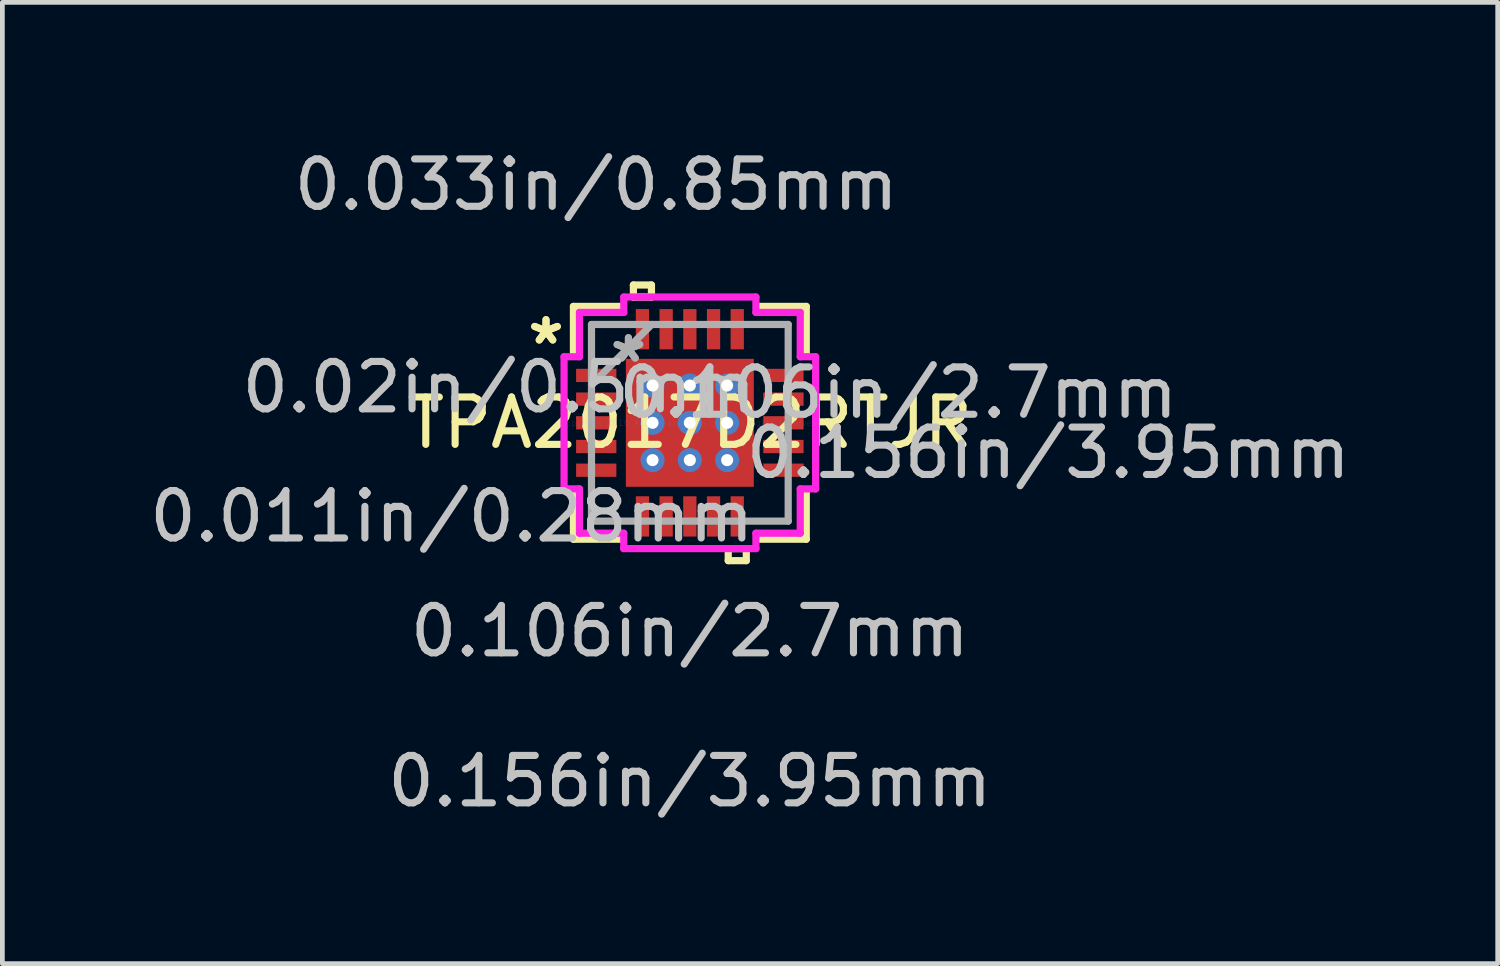
<source format=kicad_pcb>
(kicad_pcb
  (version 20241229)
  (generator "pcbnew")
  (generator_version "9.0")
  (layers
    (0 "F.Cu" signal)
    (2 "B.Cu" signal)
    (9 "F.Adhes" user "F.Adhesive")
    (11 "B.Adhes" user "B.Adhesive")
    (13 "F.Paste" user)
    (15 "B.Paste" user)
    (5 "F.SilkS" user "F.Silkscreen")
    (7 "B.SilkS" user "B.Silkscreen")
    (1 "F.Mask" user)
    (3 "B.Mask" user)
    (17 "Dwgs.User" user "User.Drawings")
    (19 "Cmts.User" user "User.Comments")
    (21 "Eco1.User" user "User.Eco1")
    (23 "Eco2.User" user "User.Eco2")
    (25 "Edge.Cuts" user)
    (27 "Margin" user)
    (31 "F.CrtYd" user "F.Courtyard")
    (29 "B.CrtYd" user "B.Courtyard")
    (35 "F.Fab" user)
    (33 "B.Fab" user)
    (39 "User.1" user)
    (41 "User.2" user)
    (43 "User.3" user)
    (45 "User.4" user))
  (footprint "TPA2017D2RTJR"
    (layer "F.Cu")
    (at 11.505 5.871)
    (property "Reference" "TPA2017D2RTJR" (at 0 0 0) (layer "F.SilkS") (effects (font (size 1 1) (thickness 0.15))))
    (attr through_hole)
    (fp_line (start -1.413 -1.413) (end -0.987 -1.413) (stroke (width 0.152) (type solid)) (layer "F.Mask"))
    (fp_line (start -1.413 -1.413) (end 1.413 -1.413) (stroke (width 0.152) (type solid)) (layer "F.Mask"))
    (fp_line (start -1.413 -0.987) (end -1.413 -1.413) (stroke (width 0.152) (type solid)) (layer "F.Mask"))
    (fp_line (start -1.413 -0.587) (end 1.413 -0.587) (stroke (width 0.152) (type solid)) (layer "F.Mask"))
    (fp_line (start -1.413 -0.2) (end -1.413 -0.587) (stroke (width 0.152) (type solid)) (layer "F.Mask"))
    (fp_line (start -1.413 0.2) (end 1.413 0.2) (stroke (width 0.152) (type solid)) (layer "F.Mask"))
    (fp_line (start -1.413 0.587) (end -1.413 0.2) (stroke (width 0.152) (type solid)) (layer "F.Mask"))
    (fp_line (start -1.413 0.987) (end 1.413 0.987) (stroke (width 0.152) (type solid)) (layer "F.Mask"))
    (fp_line (start -1.413 1.413) (end -1.413 -1.413) (stroke (width 0.152) (type solid)) (layer "F.Mask"))
    (fp_line (start -1.413 1.413) (end -1.413 0.987) (stroke (width 0.152) (type solid)) (layer "F.Mask"))
    (fp_line (start -0.987 -1.413) (end -0.987 1.413) (stroke (width 0.152) (type solid)) (layer "F.Mask"))
    (fp_line (start -0.987 1.413) (end -1.413 1.413) (stroke (width 0.152) (type solid)) (layer "F.Mask"))
    (fp_line (start -0.587 -1.413) (end -0.587 1.413) (stroke (width 0.152) (type solid)) (layer "F.Mask"))
    (fp_line (start -0.587 1.413) (end -0.2 1.413) (stroke (width 0.152) (type solid)) (layer "F.Mask"))
    (fp_line (start -0.2 -1.413) (end -0.587 -1.413) (stroke (width 0.152) (type solid)) (layer "F.Mask"))
    (fp_line (start -0.2 1.413) (end -0.2 -1.413) (stroke (width 0.152) (type solid)) (layer "F.Mask"))
    (fp_line (start 0.2 -1.413) (end 0.2 1.413) (stroke (width 0.152) (type solid)) (layer "F.Mask"))
    (fp_line (start 0.2 1.413) (end 0.587 1.413) (stroke (width 0.152) (type solid)) (layer "F.Mask"))
    (fp_line (start 0.587 -1.413) (end 0.2 -1.413) (stroke (width 0.152) (type solid)) (layer "F.Mask"))
    (fp_line (start 0.587 1.413) (end 0.587 -1.413) (stroke (width 0.152) (type solid)) (layer "F.Mask"))
    (fp_line (start 0.987 -1.413) (end 1.413 -1.413) (stroke (width 0.152) (type solid)) (layer "F.Mask"))
    (fp_line (start 0.987 1.413) (end 0.987 -1.413) (stroke (width 0.152) (type solid)) (layer "F.Mask"))
    (fp_line (start 1.413 -1.413) (end 1.413 -0.987) (stroke (width 0.152) (type solid)) (layer "F.Mask"))
    (fp_line (start 1.413 -1.413) (end 1.413 1.413) (stroke (width 0.152) (type solid)) (layer "F.Mask"))
    (fp_line (start 1.413 -0.987) (end -1.413 -0.987) (stroke (width 0.152) (type solid)) (layer "F.Mask"))
    (fp_line (start 1.413 -0.587) (end 1.413 -0.2) (stroke (width 0.152) (type solid)) (layer "F.Mask"))
    (fp_line (start 1.413 -0.2) (end -1.413 -0.2) (stroke (width 0.152) (type solid)) (layer "F.Mask"))
    (fp_line (start 1.413 0.2) (end 1.413 0.587) (stroke (width 0.152) (type solid)) (layer "F.Mask"))
    (fp_line (start 1.413 0.587) (end -1.413 0.587) (stroke (width 0.152) (type solid)) (layer "F.Mask"))
    (fp_line (start 1.413 0.987) (end 1.413 1.413) (stroke (width 0.152) (type solid)) (layer "F.Mask"))
    (fp_line (start 1.413 1.413) (end -1.413 1.413) (stroke (width 0.152) (type solid)) (layer "F.Mask"))
    (fp_line (start 1.413 1.413) (end 0.987 1.413) (stroke (width 0.152) (type solid)) (layer "F.Mask"))
    (fp_line (start -2.456 -2.456) (end -2.456 -1.468) (stroke (width 0.152) (type solid)) (layer "F.SilkS"))
    (fp_line (start -2.456 1.468) (end -2.456 2.456) (stroke (width 0.152) (type solid)) (layer "F.SilkS"))
    (fp_line (start -2.456 2.456) (end -1.468 2.456) (stroke (width 0.152) (type solid)) (layer "F.SilkS"))
    (fp_line (start -1.468 -2.456) (end -2.456 -2.456) (stroke (width 0.152) (type solid)) (layer "F.SilkS"))
    (fp_line (start -1.191 -2.908) (end -0.81 -2.908) (stroke (width 0.152) (type solid)) (layer "F.SilkS"))
    (fp_line (start -1.191 -2.654) (end -1.191 -2.908) (stroke (width 0.152) (type solid)) (layer "F.SilkS"))
    (fp_line (start -0.81 -2.908) (end -0.81 -2.654) (stroke (width 0.152) (type solid)) (layer "F.SilkS"))
    (fp_line (start -0.81 -2.654) (end -1.191 -2.654) (stroke (width 0.152) (type solid)) (layer "F.SilkS"))
    (fp_line (start 0.81 2.654) (end 0.81 2.908) (stroke (width 0.152) (type solid)) (layer "F.SilkS"))
    (fp_line (start 0.81 2.908) (end 1.191 2.908) (stroke (width 0.152) (type solid)) (layer "F.SilkS"))
    (fp_line (start 1.191 2.654) (end 0.81 2.654) (stroke (width 0.152) (type solid)) (layer "F.SilkS"))
    (fp_line (start 1.191 2.908) (end 1.191 2.654) (stroke (width 0.152) (type solid)) (layer "F.SilkS"))
    (fp_line (start 1.468 2.456) (end 2.456 2.456) (stroke (width 0.152) (type solid)) (layer "F.SilkS"))
    (fp_line (start 2.456 -2.456) (end 1.468 -2.456) (stroke (width 0.152) (type solid)) (layer "F.SilkS"))
    (fp_line (start 2.456 -1.468) (end 2.456 -2.456) (stroke (width 0.152) (type solid)) (layer "F.SilkS"))
    (fp_line (start 2.456 2.456) (end 2.456 1.468) (stroke (width 0.152) (type solid)) (layer "F.SilkS"))
    (fp_line (start -1.275 -1.275) (end -1.275 -0.887) (stroke (width 0.152) (type solid)) (layer "F.Paste"))
    (fp_line (start -1.275 -0.887) (end -1.029 -0.887) (stroke (width 0.152) (type solid)) (layer "F.Paste"))
    (fp_line (start -1.275 -0.687) (end -1.275 -0.1) (stroke (width 0.152) (type solid)) (layer "F.Paste"))
    (fp_line (start -1.275 -0.1) (end -1.029 -0.1) (stroke (width 0.152) (type solid)) (layer "F.Paste"))
    (fp_line (start -1.275 0.1) (end -1.275 0.687) (stroke (width 0.152) (type solid)) (layer "F.Paste"))
    (fp_line (start -1.275 0.687) (end -1.029 0.687) (stroke (width 0.152) (type solid)) (layer "F.Paste"))
    (fp_line (start -1.275 0.887) (end -1.275 1.275) (stroke (width 0.152) (type solid)) (layer "F.Paste"))
    (fp_line (start -1.275 1.275) (end -0.887 1.275) (stroke (width 0.152) (type solid)) (layer "F.Paste"))
    (fp_line (start -1.029 -0.887) (end -1.029 -0.887) (stroke (width 0.152) (type solid)) (layer "F.Paste"))
    (fp_line (start -1.029 -0.887) (end -0.887 -1.029) (stroke (width 0.152) (type solid)) (layer "F.Paste"))
    (fp_line (start -1.029 -0.687) (end -1.275 -0.687) (stroke (width 0.152) (type solid)) (layer "F.Paste"))
    (fp_line (start -1.029 -0.687) (end -1.029 -0.687) (stroke (width 0.152) (type solid)) (layer "F.Paste"))
    (fp_line (start -1.029 -0.1) (end -1.029 -0.1) (stroke (width 0.152) (type solid)) (layer "F.Paste"))
    (fp_line (start -1.029 -0.1) (end -0.887 -0.241) (stroke (width 0.152) (type solid)) (layer "F.Paste"))
    (fp_line (start -1.029 0.1) (end -1.275 0.1) (stroke (width 0.152) (type solid)) (layer "F.Paste"))
    (fp_line (start -1.029 0.1) (end -1.029 0.1) (stroke (width 0.152) (type solid)) (layer "F.Paste"))
    (fp_line (start -1.029 0.687) (end -1.029 0.687) (stroke (width 0.152) (type solid)) (layer "F.Paste"))
    (fp_line (start -1.029 0.687) (end -0.887 0.546) (stroke (width 0.152) (type solid)) (layer "F.Paste"))
    (fp_line (start -1.029 0.887) (end -1.275 0.887) (stroke (width 0.152) (type solid)) (layer "F.Paste"))
    (fp_line (start -1.029 0.887) (end -1.029 0.887) (stroke (width 0.152) (type solid)) (layer "F.Paste"))
    (fp_line (start -0.887 -1.275) (end -1.275 -1.275) (stroke (width 0.152) (type solid)) (layer "F.Paste"))
    (fp_line (start -0.887 -1.029) (end -0.887 -1.275) (stroke (width 0.152) (type solid)) (layer "F.Paste"))
    (fp_line (start -0.887 -1.029) (end -0.887 -1.029) (stroke (width 0.152) (type solid)) (layer "F.Paste"))
    (fp_line (start -0.887 -0.546) (end -1.029 -0.687) (stroke (width 0.152) (type solid)) (layer "F.Paste"))
    (fp_line (start -0.887 -0.546) (end -0.887 -0.546) (stroke (width 0.152) (type solid)) (layer "F.Paste"))
    (fp_line (start -0.887 -0.241) (end -0.887 -0.546) (stroke (width 0.152) (type solid)) (layer "F.Paste"))
    (fp_line (start -0.887 -0.241) (end -0.887 -0.241) (stroke (width 0.152) (type solid)) (layer "F.Paste"))
    (fp_line (start -0.887 0.241) (end -1.029 0.1) (stroke (width 0.152) (type solid)) (layer "F.Paste"))
    (fp_line (start -0.887 0.241) (end -0.887 0.241) (stroke (width 0.152) (type solid)) (layer "F.Paste"))
    (fp_line (start -0.887 0.546) (end -0.887 0.241) (stroke (width 0.152) (type solid)) (layer "F.Paste"))
    (fp_line (start -0.887 0.546) (end -0.887 0.546) (stroke (width 0.152) (type solid)) (layer "F.Paste"))
    (fp_line (start -0.887 1.029) (end -1.029 0.887) (stroke (width 0.152) (type solid)) (layer "F.Paste"))
    (fp_line (start -0.887 1.029) (end -0.887 1.029) (stroke (width 0.152) (type solid)) (layer "F.Paste"))
    (fp_line (start -0.887 1.275) (end -0.887 1.029) (stroke (width 0.152) (type solid)) (layer "F.Paste"))
    (fp_line (start -0.687 -1.275) (end -0.687 -1.029) (stroke (width 0.152) (type solid)) (layer "F.Paste"))
    (fp_line (start -0.687 -1.029) (end -0.687 -1.029) (stroke (width 0.152) (type solid)) (layer "F.Paste"))
    (fp_line (start -0.687 -1.029) (end -0.546 -0.887) (stroke (width 0.152) (type solid)) (layer "F.Paste"))
    (fp_line (start -0.687 -0.546) (end -0.687 -0.546) (stroke (width 0.152) (type solid)) (layer "F.Paste"))
    (fp_line (start -0.687 -0.546) (end -0.687 -0.241) (stroke (width 0.152) (type solid)) (layer "F.Paste"))
    (fp_line (start -0.687 -0.241) (end -0.687 -0.241) (stroke (width 0.152) (type solid)) (layer "F.Paste"))
    (fp_line (start -0.687 -0.241) (end -0.546 -0.1) (stroke (width 0.152) (type solid)) (layer "F.Paste"))
    (fp_line (start -0.687 0.241) (end -0.687 0.241) (stroke (width 0.152) (type solid)) (layer "F.Paste"))
    (fp_line (start -0.687 0.241) (end -0.687 0.546) (stroke (width 0.152) (type solid)) (layer "F.Paste"))
    (fp_line (start -0.687 0.546) (end -0.687 0.546) (stroke (width 0.152) (type solid)) (layer "F.Paste"))
    (fp_line (start -0.687 0.546) (end -0.546 0.687) (stroke (width 0.152) (type solid)) (layer "F.Paste"))
    (fp_line (start -0.687 1.029) (end -0.687 1.029) (stroke (width 0.152) (type solid)) (layer "F.Paste"))
    (fp_line (start -0.687 1.029) (end -0.687 1.275) (stroke (width 0.152) (type solid)) (layer "F.Paste"))
    (fp_line (start -0.687 1.275) (end -0.1 1.275) (stroke (width 0.152) (type solid)) (layer "F.Paste"))
    (fp_line (start -0.546 -0.887) (end -0.546 -0.887) (stroke (width 0.152) (type solid)) (layer "F.Paste"))
    (fp_line (start -0.546 -0.887) (end -0.241 -0.887) (stroke (width 0.152) (type solid)) (layer "F.Paste"))
    (fp_line (start -0.546 -0.687) (end -0.687 -0.546) (stroke (width 0.152) (type solid)) (layer "F.Paste"))
    (fp_line (start -0.546 -0.687) (end -0.546 -0.687) (stroke (width 0.152) (type solid)) (layer "F.Paste"))
    (fp_line (start -0.546 -0.1) (end -0.546 -0.1) (stroke (width 0.152) (type solid)) (layer "F.Paste"))
    (fp_line (start -0.546 -0.1) (end -0.241 -0.1) (stroke (width 0.152) (type solid)) (layer "F.Paste"))
    (fp_line (start -0.546 0.1) (end -0.687 0.241) (stroke (width 0.152) (type solid)) (layer "F.Paste"))
    (fp_line (start -0.546 0.1) (end -0.546 0.1) (stroke (width 0.152) (type solid)) (layer "F.Paste"))
    (fp_line (start -0.546 0.687) (end -0.546 0.687) (stroke (width 0.152) (type solid)) (layer "F.Paste"))
    (fp_line (start -0.546 0.687) (end -0.241 0.687) (stroke (width 0.152) (type solid)) (layer "F.Paste"))
    (fp_line (start -0.546 0.887) (end -0.687 1.029) (stroke (width 0.152) (type solid)) (layer "F.Paste"))
    (fp_line (start -0.546 0.887) (end -0.546 0.887) (stroke (width 0.152) (type solid)) (layer "F.Paste"))
    (fp_line (start -0.241 -0.887) (end -0.241 -0.887) (stroke (width 0.152) (type solid)) (layer "F.Paste"))
    (fp_line (start -0.241 -0.887) (end -0.1 -1.029) (stroke (width 0.152) (type solid)) (layer "F.Paste"))
    (fp_line (start -0.241 -0.687) (end -0.546 -0.687) (stroke (width 0.152) (type solid)) (layer "F.Paste"))
    (fp_line (start -0.241 -0.687) (end -0.241 -0.687) (stroke (width 0.152) (type solid)) (layer "F.Paste"))
    (fp_line (start -0.241 -0.1) (end -0.241 -0.1) (stroke (width 0.152) (type solid)) (layer "F.Paste"))
    (fp_line (start -0.241 -0.1) (end -0.1 -0.241) (stroke (width 0.152) (type solid)) (layer "F.Paste"))
    (fp_line (start -0.241 0.1) (end -0.546 0.1) (stroke (width 0.152) (type solid)) (layer "F.Paste"))
    (fp_line (start -0.241 0.1) (end -0.241 0.1) (stroke (width 0.152) (type solid)) (layer "F.Paste"))
    (fp_line (start -0.241 0.687) (end -0.241 0.687) (stroke (width 0.152) (type solid)) (layer "F.Paste"))
    (fp_line (start -0.241 0.687) (end -0.1 0.546) (stroke (width 0.152) (type solid)) (layer "F.Paste"))
    (fp_line (start -0.241 0.887) (end -0.546 0.887) (stroke (width 0.152) (type solid)) (layer "F.Paste"))
    (fp_line (start -0.241 0.887) (end -0.241 0.887) (stroke (width 0.152) (type solid)) (layer "F.Paste"))
    (fp_line (start -0.1 -1.275) (end -0.687 -1.275) (stroke (width 0.152) (type solid)) (layer "F.Paste"))
    (fp_line (start -0.1 -1.029) (end -0.1 -1.275) (stroke (width 0.152) (type solid)) (layer "F.Paste"))
    (fp_line (start -0.1 -1.029) (end -0.1 -1.029) (stroke (width 0.152) (type solid)) (layer "F.Paste"))
    (fp_line (start -0.1 -0.546) (end -0.241 -0.687) (stroke (width 0.152) (type solid)) (layer "F.Paste"))
    (fp_line (start -0.1 -0.546) (end -0.1 -0.546) (stroke (width 0.152) (type solid)) (layer "F.Paste"))
    (fp_line (start -0.1 -0.241) (end -0.1 -0.546) (stroke (width 0.152) (type solid)) (layer "F.Paste"))
    (fp_line (start -0.1 -0.241) (end -0.1 -0.241) (stroke (width 0.152) (type solid)) (layer "F.Paste"))
    (fp_line (start -0.1 0.241) (end -0.241 0.1) (stroke (width 0.152) (type solid)) (layer "F.Paste"))
    (fp_line (start -0.1 0.241) (end -0.1 0.241) (stroke (width 0.152) (type solid)) (layer "F.Paste"))
    (fp_line (start -0.1 0.546) (end -0.1 0.241) (stroke (width 0.152) (type solid)) (layer "F.Paste"))
    (fp_line (start -0.1 0.546) (end -0.1 0.546) (stroke (width 0.152) (type solid)) (layer "F.Paste"))
    (fp_line (start -0.1 1.029) (end -0.241 0.887) (stroke (width 0.152) (type solid)) (layer "F.Paste"))
    (fp_line (start -0.1 1.029) (end -0.1 1.029) (stroke (width 0.152) (type solid)) (layer "F.Paste"))
    (fp_line (start -0.1 1.275) (end -0.1 1.029) (stroke (width 0.152) (type solid)) (layer "F.Paste"))
    (fp_line (start 0.1 -1.275) (end 0.1 -1.029) (stroke (width 0.152) (type solid)) (layer "F.Paste"))
    (fp_line (start 0.1 -1.029) (end 0.1 -1.029) (stroke (width 0.152) (type solid)) (layer "F.Paste"))
    (fp_line (start 0.1 -1.029) (end 0.241 -0.887) (stroke (width 0.152) (type solid)) (layer "F.Paste"))
    (fp_line (start 0.1 -0.546) (end 0.1 -0.546) (stroke (width 0.152) (type solid)) (layer "F.Paste"))
    (fp_line (start 0.1 -0.546) (end 0.1 -0.241) (stroke (width 0.152) (type solid)) (layer "F.Paste"))
    (fp_line (start 0.1 -0.241) (end 0.1 -0.241) (stroke (width 0.152) (type solid)) (layer "F.Paste"))
    (fp_line (start 0.1 -0.241) (end 0.241 -0.1) (stroke (width 0.152) (type solid)) (layer "F.Paste"))
    (fp_line (start 0.1 0.241) (end 0.1 0.241) (stroke (width 0.152) (type solid)) (layer "F.Paste"))
    (fp_line (start 0.1 0.241) (end 0.1 0.546) (stroke (width 0.152) (type solid)) (layer "F.Paste"))
    (fp_line (start 0.1 0.546) (end 0.1 0.546) (stroke (width 0.152) (type solid)) (layer "F.Paste"))
    (fp_line (start 0.1 0.546) (end 0.241 0.687) (stroke (width 0.152) (type solid)) (layer "F.Paste"))
    (fp_line (start 0.1 1.029) (end 0.1 1.029) (stroke (width 0.152) (type solid)) (layer "F.Paste"))
    (fp_line (start 0.1 1.029) (end 0.1 1.275) (stroke (width 0.152) (type solid)) (layer "F.Paste"))
    (fp_line (start 0.1 1.275) (end 0.687 1.275) (stroke (width 0.152) (type solid)) (layer "F.Paste"))
    (fp_line (start 0.241 -0.887) (end 0.241 -0.887) (stroke (width 0.152) (type solid)) (layer "F.Paste"))
    (fp_line (start 0.241 -0.887) (end 0.546 -0.887) (stroke (width 0.152) (type solid)) (layer "F.Paste"))
    (fp_line (start 0.241 -0.687) (end 0.1 -0.546) (stroke (width 0.152) (type solid)) (layer "F.Paste"))
    (fp_line (start 0.241 -0.687) (end 0.241 -0.687) (stroke (width 0.152) (type solid)) (layer "F.Paste"))
    (fp_line (start 0.241 -0.1) (end 0.241 -0.1) (stroke (width 0.152) (type solid)) (layer "F.Paste"))
    (fp_line (start 0.241 -0.1) (end 0.546 -0.1) (stroke (width 0.152) (type solid)) (layer "F.Paste"))
    (fp_line (start 0.241 0.1) (end 0.1 0.241) (stroke (width 0.152) (type solid)) (layer "F.Paste"))
    (fp_line (start 0.241 0.1) (end 0.241 0.1) (stroke (width 0.152) (type solid)) (layer "F.Paste"))
    (fp_line (start 0.241 0.687) (end 0.241 0.687) (stroke (width 0.152) (type solid)) (layer "F.Paste"))
    (fp_line (start 0.241 0.687) (end 0.546 0.687) (stroke (width 0.152) (type solid)) (layer "F.Paste"))
    (fp_line (start 0.241 0.887) (end 0.1 1.029) (stroke (width 0.152) (type solid)) (layer "F.Paste"))
    (fp_line (start 0.241 0.887) (end 0.241 0.887) (stroke (width 0.152) (type solid)) (layer "F.Paste"))
    (fp_line (start 0.546 -0.887) (end 0.546 -0.887) (stroke (width 0.152) (type solid)) (layer "F.Paste"))
    (fp_line (start 0.546 -0.887) (end 0.687 -1.029) (stroke (width 0.152) (type solid)) (layer "F.Paste"))
    (fp_line (start 0.546 -0.687) (end 0.241 -0.687) (stroke (width 0.152) (type solid)) (layer "F.Paste"))
    (fp_line (start 0.546 -0.687) (end 0.546 -0.687) (stroke (width 0.152) (type solid)) (layer "F.Paste"))
    (fp_line (start 0.546 -0.1) (end 0.546 -0.1) (stroke (width 0.152) (type solid)) (layer "F.Paste"))
    (fp_line (start 0.546 -0.1) (end 0.687 -0.241) (stroke (width 0.152) (type solid)) (layer "F.Paste"))
    (fp_line (start 0.546 0.1) (end 0.241 0.1) (stroke (width 0.152) (type solid)) (layer "F.Paste"))
    (fp_line (start 0.546 0.1) (end 0.546 0.1) (stroke (width 0.152) (type solid)) (layer "F.Paste"))
    (fp_line (start 0.546 0.687) (end 0.546 0.687) (stroke (width 0.152) (type solid)) (layer "F.Paste"))
    (fp_line (start 0.546 0.687) (end 0.687 0.546) (stroke (width 0.152) (type solid)) (layer "F.Paste"))
    (fp_line (start 0.546 0.887) (end 0.241 0.887) (stroke (width 0.152) (type solid)) (layer "F.Paste"))
    (fp_line (start 0.546 0.887) (end 0.546 0.887) (stroke (width 0.152) (type solid)) (layer "F.Paste"))
    (fp_line (start 0.687 -1.275) (end 0.1 -1.275) (stroke (width 0.152) (type solid)) (layer "F.Paste"))
    (fp_line (start 0.687 -1.029) (end 0.687 -1.275) (stroke (width 0.152) (type solid)) (layer "F.Paste"))
    (fp_line (start 0.687 -1.029) (end 0.687 -1.029) (stroke (width 0.152) (type solid)) (layer "F.Paste"))
    (fp_line (start 0.687 -0.546) (end 0.546 -0.687) (stroke (width 0.152) (type solid)) (layer "F.Paste"))
    (fp_line (start 0.687 -0.546) (end 0.687 -0.546) (stroke (width 0.152) (type solid)) (layer "F.Paste"))
    (fp_line (start 0.687 -0.241) (end 0.687 -0.546) (stroke (width 0.152) (type solid)) (layer "F.Paste"))
    (fp_line (start 0.687 -0.241) (end 0.687 -0.241) (stroke (width 0.152) (type solid)) (layer "F.Paste"))
    (fp_line (start 0.687 0.241) (end 0.546 0.1) (stroke (width 0.152) (type solid)) (layer "F.Paste"))
    (fp_line (start 0.687 0.241) (end 0.687 0.241) (stroke (width 0.152) (type solid)) (layer "F.Paste"))
    (fp_line (start 0.687 0.546) (end 0.687 0.241) (stroke (width 0.152) (type solid)) (layer "F.Paste"))
    (fp_line (start 0.687 0.546) (end 0.687 0.546) (stroke (width 0.152) (type solid)) (layer "F.Paste"))
    (fp_line (start 0.687 1.029) (end 0.546 0.887) (stroke (width 0.152) (type solid)) (layer "F.Paste"))
    (fp_line (start 0.687 1.029) (end 0.687 1.029) (stroke (width 0.152) (type solid)) (layer "F.Paste"))
    (fp_line (start 0.687 1.275) (end 0.687 1.029) (stroke (width 0.152) (type solid)) (layer "F.Paste"))
    (fp_line (start 0.887 -1.275) (end 0.887 -1.029) (stroke (width 0.152) (type solid)) (layer "F.Paste"))
    (fp_line (start 0.887 -1.029) (end 0.887 -1.029) (stroke (width 0.152) (type solid)) (layer "F.Paste"))
    (fp_line (start 0.887 -1.029) (end 1.029 -0.887) (stroke (width 0.152) (type solid)) (layer "F.Paste"))
    (fp_line (start 0.887 -0.546) (end 0.887 -0.546) (stroke (width 0.152) (type solid)) (layer "F.Paste"))
    (fp_line (start 0.887 -0.546) (end 0.887 -0.241) (stroke (width 0.152) (type solid)) (layer "F.Paste"))
    (fp_line (start 0.887 -0.241) (end 0.887 -0.241) (stroke (width 0.152) (type solid)) (layer "F.Paste"))
    (fp_line (start 0.887 -0.241) (end 1.029 -0.1) (stroke (width 0.152) (type solid)) (layer "F.Paste"))
    (fp_line (start 0.887 0.241) (end 0.887 0.241) (stroke (width 0.152) (type solid)) (layer "F.Paste"))
    (fp_line (start 0.887 0.241) (end 0.887 0.546) (stroke (width 0.152) (type solid)) (layer "F.Paste"))
    (fp_line (start 0.887 0.546) (end 0.887 0.546) (stroke (width 0.152) (type solid)) (layer "F.Paste"))
    (fp_line (start 0.887 0.546) (end 1.029 0.687) (stroke (width 0.152) (type solid)) (layer "F.Paste"))
    (fp_line (start 0.887 1.029) (end 0.887 1.029) (stroke (width 0.152) (type solid)) (layer "F.Paste"))
    (fp_line (start 0.887 1.029) (end 0.887 1.275) (stroke (width 0.152) (type solid)) (layer "F.Paste"))
    (fp_line (start 0.887 1.275) (end 1.275 1.275) (stroke (width 0.152) (type solid)) (layer "F.Paste"))
    (fp_line (start 1.029 -0.887) (end 1.029 -0.887) (stroke (width 0.152) (type solid)) (layer "F.Paste"))
    (fp_line (start 1.029 -0.887) (end 1.275 -0.887) (stroke (width 0.152) (type solid)) (layer "F.Paste"))
    (fp_line (start 1.029 -0.687) (end 0.887 -0.546) (stroke (width 0.152) (type solid)) (layer "F.Paste"))
    (fp_line (start 1.029 -0.687) (end 1.029 -0.687) (stroke (width 0.152) (type solid)) (layer "F.Paste"))
    (fp_line (start 1.029 -0.1) (end 1.029 -0.1) (stroke (width 0.152) (type solid)) (layer "F.Paste"))
    (fp_line (start 1.029 -0.1) (end 1.275 -0.1) (stroke (width 0.152) (type solid)) (layer "F.Paste"))
    (fp_line (start 1.029 0.1) (end 0.887 0.241) (stroke (width 0.152) (type solid)) (layer "F.Paste"))
    (fp_line (start 1.029 0.1) (end 1.029 0.1) (stroke (width 0.152) (type solid)) (layer "F.Paste"))
    (fp_line (start 1.029 0.687) (end 1.029 0.687) (stroke (width 0.152) (type solid)) (layer "F.Paste"))
    (fp_line (start 1.029 0.687) (end 1.275 0.687) (stroke (width 0.152) (type solid)) (layer "F.Paste"))
    (fp_line (start 1.029 0.887) (end 0.887 1.029) (stroke (width 0.152) (type solid)) (layer "F.Paste"))
    (fp_line (start 1.029 0.887) (end 1.029 0.887) (stroke (width 0.152) (type solid)) (layer "F.Paste"))
    (fp_line (start 1.275 -1.275) (end 0.887 -1.275) (stroke (width 0.152) (type solid)) (layer "F.Paste"))
    (fp_line (start 1.275 -0.887) (end 1.275 -1.275) (stroke (width 0.152) (type solid)) (layer "F.Paste"))
    (fp_line (start 1.275 -0.687) (end 1.029 -0.687) (stroke (width 0.152) (type solid)) (layer "F.Paste"))
    (fp_line (start 1.275 -0.1) (end 1.275 -0.687) (stroke (width 0.152) (type solid)) (layer "F.Paste"))
    (fp_line (start 1.275 0.1) (end 1.029 0.1) (stroke (width 0.152) (type solid)) (layer "F.Paste"))
    (fp_line (start 1.275 0.687) (end 1.275 0.1) (stroke (width 0.152) (type solid)) (layer "F.Paste"))
    (fp_line (start 1.275 0.887) (end 1.029 0.887) (stroke (width 0.152) (type solid)) (layer "F.Paste"))
    (fp_line (start 1.275 1.275) (end 1.275 0.887) (stroke (width 0.152) (type solid)) (layer "F.Paste"))
    (fp_line (start -2.654 -1.394) (end -2.329 -1.394) (stroke (width 0.152) (type solid)) (layer "F.CrtYd"))
    (fp_line (start -2.654 1.394) (end -2.654 -1.394) (stroke (width 0.152) (type solid)) (layer "F.CrtYd"))
    (fp_line (start -2.329 -2.329) (end -1.394 -2.329) (stroke (width 0.152) (type solid)) (layer "F.CrtYd"))
    (fp_line (start -2.329 -1.394) (end -2.329 -2.329) (stroke (width 0.152) (type solid)) (layer "F.CrtYd"))
    (fp_line (start -2.329 1.394) (end -2.654 1.394) (stroke (width 0.152) (type solid)) (layer "F.CrtYd"))
    (fp_line (start -2.329 2.329) (end -2.329 1.394) (stroke (width 0.152) (type solid)) (layer "F.CrtYd"))
    (fp_line (start -1.394 -2.654) (end 1.394 -2.654) (stroke (width 0.152) (type solid)) (layer "F.CrtYd"))
    (fp_line (start -1.394 -2.329) (end -1.394 -2.654) (stroke (width 0.152) (type solid)) (layer "F.CrtYd"))
    (fp_line (start -1.394 2.329) (end -2.329 2.329) (stroke (width 0.152) (type solid)) (layer "F.CrtYd"))
    (fp_line (start -1.394 2.654) (end -1.394 2.329) (stroke (width 0.152) (type solid)) (layer "F.CrtYd"))
    (fp_line (start 1.394 -2.654) (end 1.394 -2.329) (stroke (width 0.152) (type solid)) (layer "F.CrtYd"))
    (fp_line (start 1.394 -2.329) (end 2.329 -2.329) (stroke (width 0.152) (type solid)) (layer "F.CrtYd"))
    (fp_line (start 1.394 2.329) (end 1.394 2.654) (stroke (width 0.152) (type solid)) (layer "F.CrtYd"))
    (fp_line (start 1.394 2.654) (end -1.394 2.654) (stroke (width 0.152) (type solid)) (layer "F.CrtYd"))
    (fp_line (start 2.329 -2.329) (end 2.329 -1.394) (stroke (width 0.152) (type solid)) (layer "F.CrtYd"))
    (fp_line (start 2.329 -1.394) (end 2.654 -1.394) (stroke (width 0.152) (type solid)) (layer "F.CrtYd"))
    (fp_line (start 2.329 1.394) (end 2.329 2.329) (stroke (width 0.152) (type solid)) (layer "F.CrtYd"))
    (fp_line (start 2.329 2.329) (end 1.394 2.329) (stroke (width 0.152) (type solid)) (layer "F.CrtYd"))
    (fp_line (start 2.654 -1.394) (end 2.654 1.394) (stroke (width 0.152) (type solid)) (layer "F.CrtYd"))
    (fp_line (start 2.654 1.394) (end 2.329 1.394) (stroke (width 0.152) (type solid)) (layer "F.CrtYd"))
    (fp_line (start -2.075 -2.075) (end -2.075 2.075) (stroke (width 0.152) (type solid)) (layer "F.Fab"))
    (fp_line (start -2.075 -0.805) (end -0.805 -2.075) (stroke (width 0.152) (type solid)) (layer "F.Fab"))
    (fp_line (start -2.075 2.075) (end 2.075 2.075) (stroke (width 0.152) (type solid)) (layer "F.Fab"))
    (fp_line (start 2.075 -2.075) (end -2.075 -2.075) (stroke (width 0.152) (type solid)) (layer "F.Fab"))
    (fp_line (start 2.075 2.075) (end 2.075 -2.075) (stroke (width 0.152) (type solid)) (layer "F.Fab"))
    (fp_text user "*" (at -3.035 -1.631 0) (layer "F.SilkS") (effects (font (size 1 1) (thickness 0.15))))
    (fp_text user "*" (at -3.035 -1.631 0) (layer "F.SilkS") (effects (font (size 1 1) (thickness 0.15))))
    (fp_text user "0.106in/2.7mm" (at 0 4.398 0) (layer "Dwgs.User") (effects (font (size 1 1) (thickness 0.15))))
    (fp_text user "0.106in/2.7mm" (at 4.398 -0.635 0) (layer "Dwgs.User") (effects (font (size 1 1) (thickness 0.15))))
    (fp_text user "0.156in/3.95mm" (at 0 7.563 0) (layer "Dwgs.User") (effects (font (size 1 1) (thickness 0.15))))
    (fp_text user "0.156in/3.95mm" (at 7.563 0.635 0) (layer "Dwgs.User") (effects (font (size 1 1) (thickness 0.15))))
    (fp_text user "0.033in/0.85mm" (at -1.975 -5.023 0) (layer "Dwgs.User") (effects (font (size 1 1) (thickness 0.15))))
    (fp_text user "0.011in/0.28mm" (at -5.023 1.975 0) (layer "Dwgs.User") (effects (font (size 1 1) (thickness 0.15))))
    (fp_text user "0.02in/0.5mm" (at -4.028 -0.75 0) (layer "Dwgs.User") (effects (font (size 1 1) (thickness 0.15))))
    (fp_text user "Copyright 2016 Accelerated Designs. All rights reserved." (at 0 0 0) (layer "Cmts.User") (effects (font (size 0.127 0.127) (thickness 0.002))))
    (fp_text user "*" (at -1.296 -1.25 0) (layer "F.Fab") (effects (font (size 1 1) (thickness 0.15))))
    (fp_text user "*" (at -1.296 -1.25 0) (layer "F.Fab") (effects (font (size 1 1) (thickness 0.15))))
    (pad "1" smd rect (at -1.975 -1 90) (size 0.28 0.85) (layers "F.Cu" "F.Mask" "F.Paste"))
    (pad "2" smd rect (at -1.975 -0.5 90) (size 0.28 0.85) (layers "F.Cu" "F.Mask" "F.Paste"))
    (pad "3" smd rect (at -1.975 0 90) (size 0.28 0.85) (layers "F.Cu" "F.Mask" "F.Paste"))
    (pad "4" smd rect (at -1.975 0.5 90) (size 0.28 0.85) (layers "F.Cu" "F.Mask" "F.Paste"))
    (pad "5" smd rect (at -1.975 1 90) (size 0.28 0.85) (layers "F.Cu" "F.Mask" "F.Paste"))
    (pad "6" smd rect (at -1 1.975) (size 0.28 0.85) (layers "F.Cu" "F.Mask" "F.Paste"))
    (pad "7" smd rect (at -0.5 1.975) (size 0.28 0.85) (layers "F.Cu" "F.Mask" "F.Paste"))
    (pad "8" smd rect (at 0 1.975) (size 0.28 0.85) (layers "F.Cu" "F.Mask" "F.Paste"))
    (pad "9" smd rect (at 0.5 1.975) (size 0.28 0.85) (layers "F.Cu" "F.Mask" "F.Paste"))
    (pad "10" smd rect (at 1 1.975) (size 0.28 0.85) (layers "F.Cu" "F.Mask" "F.Paste"))
    (pad "11" smd rect (at 1.975 1 90) (size 0.28 0.85) (layers "F.Cu" "F.Mask" "F.Paste"))
    (pad "12" smd rect (at 1.975 0.5 90) (size 0.28 0.85) (layers "F.Cu" "F.Mask" "F.Paste"))
    (pad "13" smd rect (at 1.975 0 90) (size 0.28 0.85) (layers "F.Cu" "F.Mask" "F.Paste"))
    (pad "14" smd rect (at 1.975 -0.5 90) (size 0.28 0.85) (layers "F.Cu" "F.Mask" "F.Paste"))
    (pad "15" smd rect (at 1.975 -1 90) (size 0.28 0.85) (layers "F.Cu" "F.Mask" "F.Paste"))
    (pad "16" smd rect (at 1 -1.975) (size 0.28 0.85) (layers "F.Cu" "F.Mask" "F.Paste"))
    (pad "17" smd rect (at 0.5 -1.975) (size 0.28 0.85) (layers "F.Cu" "F.Mask" "F.Paste"))
    (pad "18" smd rect (at 0 -1.975) (size 0.28 0.85) (layers "F.Cu" "F.Mask" "F.Paste"))
    (pad "19" smd rect (at -0.5 -1.975) (size 0.28 0.85) (layers "F.Cu" "F.Mask" "F.Paste"))
    (pad "20" smd rect (at -1 -1.975) (size 0.28 0.85) (layers "F.Cu" "F.Mask" "F.Paste"))
    (pad "21" smd rect (at 0 0) (size 2.7 2.7) (layers "F.Cu" "F.Mask" "F.Paste"))
    (pad "V" thru_hole circle (at -0.787 -0.787) (size 0.508 0.508) (drill 0.254) (layers "*.Cu" "*.Mask"))
    (pad "V" thru_hole circle (at -0.787 0) (size 0.508 0.508) (drill 0.254) (layers "*.Cu" "*.Mask"))
    (pad "V" thru_hole circle (at -0.787 0.787) (size 0.508 0.508) (drill 0.254) (layers "*.Cu" "*.Mask"))
    (pad "V" thru_hole circle (at 0 -0.787) (size 0.508 0.508) (drill 0.254) (layers "*.Cu" "*.Mask"))
    (pad "V" thru_hole circle (at 0 0) (size 0.508 0.508) (drill 0.254) (layers "*.Cu" "*.Mask"))
    (pad "V" thru_hole circle (at 0 0.787) (size 0.508 0.508) (drill 0.254) (layers "*.Cu" "*.Mask"))
    (pad "V" thru_hole circle (at 0.787 -0.787) (size 0.508 0.508) (drill 0.254) (layers "*.Cu" "*.Mask"))
    (pad "V" thru_hole circle (at 0.787 0) (size 0.508 0.508) (drill 0.254) (layers "*.Cu" "*.Mask"))
    (pad "V" thru_hole circle (at 0.787 0.787) (size 0.508 0.508) (drill 0.254) (layers "*.Cu" "*.Mask")))
  (gr_rect
    (start -3 -3)
    (end 28.55 17.282)
    (stroke (width 0.1) (type default))
    (fill no)
    (layer "Edge.Cuts")))
</source>
